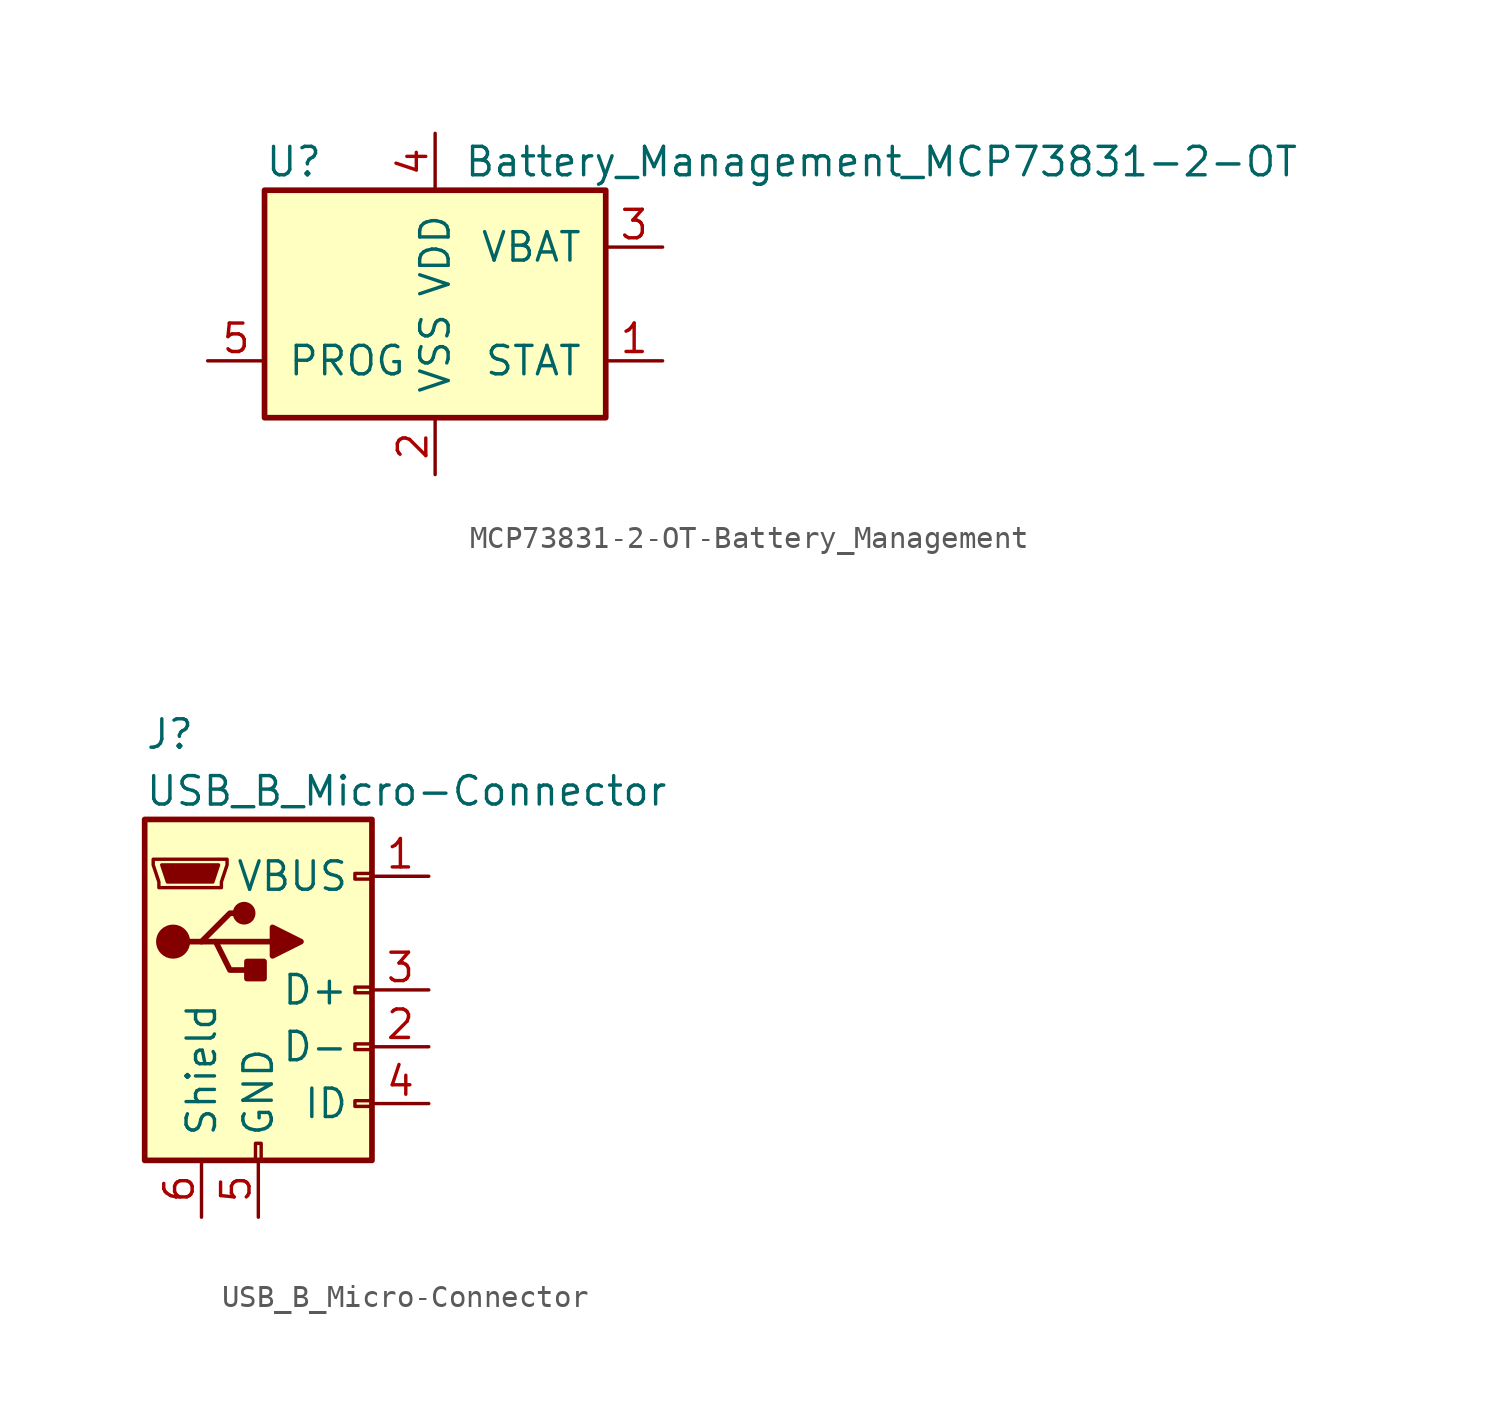
<source format=kicad_sym>
(kicad_symbol_lib
  (version 20220914)
  (generator kicad_symbol_editor)
  (symbol "MCP73831-2-OT-Battery_Management"
    (pin_names
      (offset 1.016))
    (property "Reference" "U"
      (at -7.62 6.35 0)
      (effects (font (size 1.27 1.27)) (justify left)))
    (property "Value" "Battery_Management_MCP73831-2-OT"
      (at 1.27 6.35 0)
      (effects (font (size 1.27 1.27)) (justify left)))
    (symbol "MCP73831-2-OT-Battery_Management_0_1"
      (rectangle (start -7.62 5.08) (end 7.62 -5.08) (stroke (width 0.254) (type solid)) (fill (type background))))
    (symbol "MCP73831-2-OT-Battery_Management_1_1"
      (pin output line (at 10.16 -2.54 180) (length 2.54) (name "STAT" (effects (font (size 1.27 1.27)))) (number "1" (effects (font (size 1.27 1.27)))))
      (pin power_in line (at 0 -7.62 90) (length 2.54) (name "VSS" (effects (font (size 1.27 1.27)))) (number "2" (effects (font (size 1.27 1.27)))))
      (pin power_out line (at 10.16 2.54 180) (length 2.54) (name "VBAT" (effects (font (size 1.27 1.27)))) (number "3" (effects (font (size 1.27 1.27)))))
      (pin power_in line (at 0 7.62 270) (length 2.54) (name "VDD" (effects (font (size 1.27 1.27)))) (number "4" (effects (font (size 1.27 1.27)))))
      (pin input line (at -10.16 -2.54 0) (length 2.54) (name "PROG" (effects (font (size 1.27 1.27)))) (number "5" (effects (font (size 1.27 1.27)))))))
  (symbol "USB_B_Micro-Connector"
    (pin_names
      (offset 1.016))
    (property "Reference" "J"
      (at -5.08 11.43 0)
      (effects (font (size 1.27 1.27)) (justify left)))
    (property "Value" "USB_B_Micro-Connector"
      (at -5.08 8.89 0)
      (effects (font (size 1.27 1.27)) (justify left)))
    (symbol "USB_B_Micro-Connector_0_1"
      (rectangle (start -5.08 -7.62) (end 5.08 7.62) (stroke (width 0.254) (type solid)) (fill (type background)))
      (circle (center -3.81 2.159) (radius 0.635) (stroke (width 0.254) (type solid)) (fill (type outline)))
      (circle (center -0.635 3.429) (radius 0.381) (stroke (width 0.254) (type solid)) (fill (type outline)))
      (rectangle (start -0.127 -7.62) (end 0.127 -6.858) (stroke (width 0) (type solid)) (fill (type none)))
      (polyline (pts (xy -1.905 2.159) (xy 0.635 2.159)) (stroke (width 0.254) (type solid)) (fill (type none)))
      (polyline (pts (xy -3.175 2.159) (xy -2.54 2.159) (xy -1.27 3.429) (xy -0.635 3.429)) (stroke (width 0.254) (type solid)) (fill (type none)))
      (polyline (pts (xy -2.54 2.159) (xy -1.905 2.159) (xy -1.27 0.889) (xy 0 0.889)) (stroke (width 0.254) (type solid)) (fill (type none)))
      (polyline (pts (xy 0.635 2.794) (xy 0.635 1.524) (xy 1.905 2.159) (xy 0.635 2.794)) (stroke (width 0.254) (type solid)) (fill (type outline)))
      (polyline (pts (xy -4.318 5.588) (xy -1.778 5.588) (xy -2.032 4.826) (xy -4.064 4.826) (xy -4.318 5.588)) (stroke (width 0) (type solid)) (fill (type outline)))
      (polyline (pts (xy -4.699 5.842) (xy -4.699 5.588) (xy -4.445 4.826) (xy -4.445 4.572) (xy -1.651 4.572) (xy -1.651 4.826) (xy -1.397 5.588) (xy -1.397 5.842) (xy -4.699 5.842)) (stroke (width 0) (type solid)) (fill (type none)))
      (rectangle (start 0.254 1.27) (end -0.508 0.508) (stroke (width 0.254) (type solid)) (fill (type outline)))
      (rectangle (start 5.08 -5.207) (end 4.318 -4.953) (stroke (width 0) (type solid)) (fill (type none)))
      (rectangle (start 5.08 -2.667) (end 4.318 -2.413) (stroke (width 0) (type solid)) (fill (type none)))
      (rectangle (start 5.08 -0.127) (end 4.318 0.127) (stroke (width 0) (type solid)) (fill (type none)))
      (rectangle (start 5.08 4.953) (end 4.318 5.207) (stroke (width 0) (type solid)) (fill (type none))))
    (symbol "USB_B_Micro-Connector_1_1"
      (pin power_out line (at 7.62 5.08 180) (length 2.54) (name "VBUS" (effects (font (size 1.27 1.27)))) (number "1" (effects (font (size 1.27 1.27)))))
      (pin passive line (at 7.62 -2.54 180) (length 2.54) (name "D-" (effects (font (size 1.27 1.27)))) (number "2" (effects (font (size 1.27 1.27)))))
      (pin passive line (at 7.62 0 180) (length 2.54) (name "D+" (effects (font (size 1.27 1.27)))) (number "3" (effects (font (size 1.27 1.27)))))
      (pin passive line (at 7.62 -5.08 180) (length 2.54) (name "ID" (effects (font (size 1.27 1.27)))) (number "4" (effects (font (size 1.27 1.27)))))
      (pin power_out line (at 0 -10.16 90) (length 2.54) (name "GND" (effects (font (size 1.27 1.27)))) (number "5" (effects (font (size 1.27 1.27)))))
      (pin passive line (at -2.54 -10.16 90) (length 2.54) (name "Shield" (effects (font (size 1.27 1.27)))) (number "6" (effects (font (size 1.27 1.27))))))))
</source>
